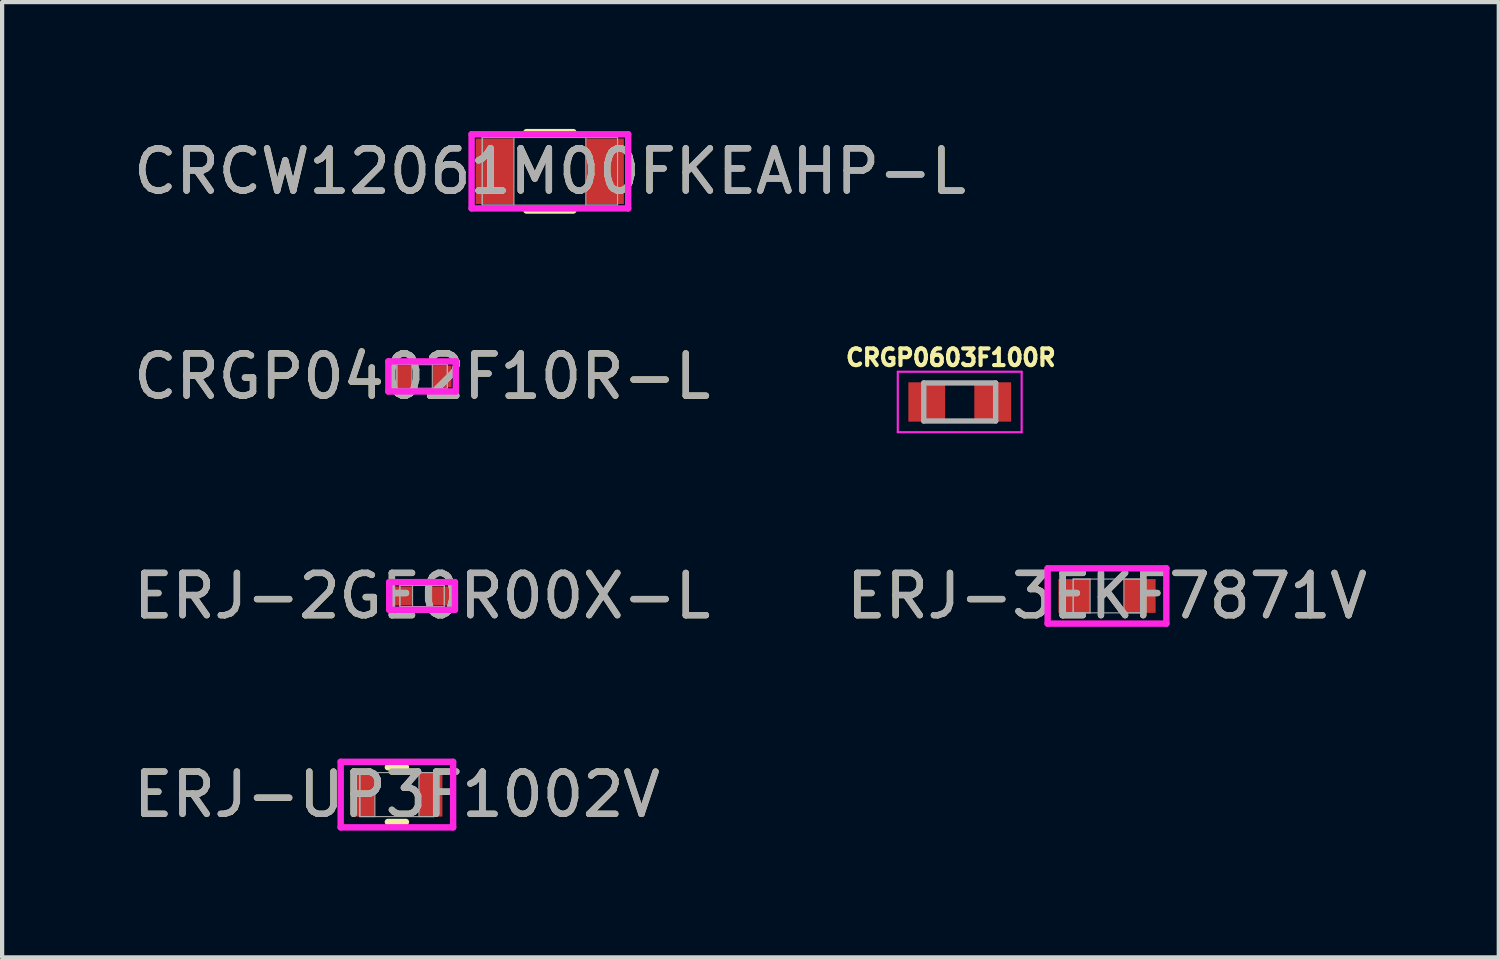
<source format=kicad_pcb>
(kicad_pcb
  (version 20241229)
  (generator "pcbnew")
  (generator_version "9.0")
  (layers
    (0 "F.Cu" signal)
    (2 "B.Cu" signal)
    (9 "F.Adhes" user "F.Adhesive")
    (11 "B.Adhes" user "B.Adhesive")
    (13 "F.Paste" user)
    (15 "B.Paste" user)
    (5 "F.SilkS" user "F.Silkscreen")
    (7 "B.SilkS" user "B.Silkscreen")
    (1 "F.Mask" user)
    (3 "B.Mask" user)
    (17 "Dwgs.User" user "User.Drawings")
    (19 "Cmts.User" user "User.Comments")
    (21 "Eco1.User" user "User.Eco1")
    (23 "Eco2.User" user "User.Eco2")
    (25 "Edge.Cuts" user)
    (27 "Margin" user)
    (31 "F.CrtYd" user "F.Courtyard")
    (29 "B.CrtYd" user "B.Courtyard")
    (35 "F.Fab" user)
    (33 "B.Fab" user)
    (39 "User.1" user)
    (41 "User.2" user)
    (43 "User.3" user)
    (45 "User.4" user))
  (footprint "ERJ-UP3F1002V"
    (layer "F.Cu")
    (at 6.339 15.747)
    (property "Reference" "ERJ-UP3F1002V" (at 0 0 0) (unlocked yes) (layer "F.SilkS") (effects (font (size 1 1) (thickness 0.15))))
    (attr smd)
    (fp_line (start -0.213 0.648) (end 0.213 0.648) (stroke (width 0.152) (type solid)) (layer "F.SilkS"))
    (fp_line (start 0.213 -0.648) (end -0.213 -0.648) (stroke (width 0.152) (type solid)) (layer "F.SilkS"))
    (fp_line (start -1.33 -0.775) (end 1.33 -0.775) (stroke (width 0.152) (type solid)) (layer "F.CrtYd"))
    (fp_line (start -1.33 0.775) (end -1.33 -0.775) (stroke (width 0.152) (type solid)) (layer "F.CrtYd"))
    (fp_line (start 1.33 -0.775) (end 1.33 0.775) (stroke (width 0.152) (type solid)) (layer "F.CrtYd"))
    (fp_line (start 1.33 0.775) (end -1.33 0.775) (stroke (width 0.152) (type solid)) (layer "F.CrtYd"))
    (fp_line (start -0.876 -0.521) (end -0.876 0.521) (stroke (width 0.025) (type solid)) (layer "F.Fab"))
    (fp_line (start -0.876 -0.521) (end -0.876 0.521) (stroke (width 0.025) (type solid)) (layer "F.Fab"))
    (fp_line (start -0.876 0.521) (end -0.521 0.521) (stroke (width 0.025) (type solid)) (layer "F.Fab"))
    (fp_line (start -0.876 0.521) (end 0.876 0.521) (stroke (width 0.025) (type solid)) (layer "F.Fab"))
    (fp_line (start -0.521 -0.521) (end -0.876 -0.521) (stroke (width 0.025) (type solid)) (layer "F.Fab"))
    (fp_line (start -0.521 0.521) (end -0.521 -0.521) (stroke (width 0.025) (type solid)) (layer "F.Fab"))
    (fp_line (start 0.521 -0.521) (end 0.521 0.521) (stroke (width 0.025) (type solid)) (layer "F.Fab"))
    (fp_line (start 0.521 0.521) (end 0.876 0.521) (stroke (width 0.025) (type solid)) (layer "F.Fab"))
    (fp_line (start 0.876 -0.521) (end -0.876 -0.521) (stroke (width 0.025) (type solid)) (layer "F.Fab"))
    (fp_line (start 0.876 -0.521) (end 0.521 -0.521) (stroke (width 0.025) (type solid)) (layer "F.Fab"))
    (fp_line (start 0.876 0.521) (end 0.876 -0.521) (stroke (width 0.025) (type solid)) (layer "F.Fab"))
    (fp_line (start 0.876 0.521) (end 0.876 -0.521) (stroke (width 0.025) (type solid)) (layer "F.Fab"))
    (fp_text user "${REFERENCE}" (at 0 0 0) (unlocked yes) (layer "F.Fab") (effects (font (size 1 1) (thickness 0.15))))
    (pad "1" smd rect (at -0.798 0) (size 0.556 1.041) (layers "F.Cu" "F.Mask" "F.Paste"))
    (pad "2" smd rect (at 0.798 0) (size 0.556 1.041) (layers "F.Cu" "F.Mask" "F.Paste"))
    (zone (net_name "") (layer "F.Cu") (hatch full 0.508) (connect_pads) (min_thickness 0.254) (filled_areas_thickness no) (keepout (tracks not_allowed) (vias not_allowed) (pads allowed) (copperpour not_allowed) (footprints allowed)) (placement (enabled no)) (fill) (polygon (pts (xy 5.869 15.277) (xy 6.809 15.277) (xy 6.809 16.217) (xy 5.869 16.217)))))
  (footprint "CRGP0603F100R"
    (layer "F.Cu")
    (at 19.653 6.459)
    (property "Reference" "CRGP0603F100R" (at -0.21 -1.05 0) (layer "F.SilkS") (effects (font (size 0.394 0.394) (thickness 0.15))))
    (attr smd)
    (fp_line (start -1.465 -0.715) (end 1.465 -0.715) (stroke (width 0.05) (type solid)) (layer "F.CrtYd"))
    (fp_line (start -1.465 0.715) (end -1.465 -0.715) (stroke (width 0.05) (type solid)) (layer "F.CrtYd"))
    (fp_line (start -1.465 0.715) (end 1.465 0.715) (stroke (width 0.05) (type solid)) (layer "F.CrtYd"))
    (fp_line (start 1.465 0.715) (end 1.465 -0.715) (stroke (width 0.05) (type solid)) (layer "F.CrtYd"))
    (fp_line (start -0.85 0.45) (end -0.85 -0.45) (stroke (width 0.127) (type solid)) (layer "F.Fab"))
    (fp_line (start 0.85 -0.45) (end -0.85 -0.45) (stroke (width 0.127) (type solid)) (layer "F.Fab"))
    (fp_line (start 0.85 0.45) (end -0.85 0.45) (stroke (width 0.127) (type solid)) (layer "F.Fab"))
    (fp_line (start 0.85 0.45) (end 0.85 -0.45) (stroke (width 0.127) (type solid)) (layer "F.Fab"))
    (pad "1" smd rect (at -0.78 0) (size 0.87 0.93) (layers "F.Cu" "F.Mask" "F.Paste"))
    (pad "2" smd rect (at 0.78 0) (size 0.87 0.93) (layers "F.Cu" "F.Mask" "F.Paste")))
  (footprint "CRCW12061M00FKEAHP-L"
    (layer "F.Cu")
    (at 9.958 1.003)
    (property "Reference" "CRCW12061M00FKEAHP-L" (at 0 0 0) (unlocked yes) (layer "F.SilkS") (effects (font (size 1 1) (thickness 0.15))))
    (attr smd)
    (fp_line (start -0.554 0.927) (end 0.554 0.927) (stroke (width 0.152) (type solid)) (layer "F.SilkS"))
    (fp_line (start 0.554 -0.927) (end -0.554 -0.927) (stroke (width 0.152) (type solid)) (layer "F.SilkS"))
    (fp_line (start -1.852 -0.877) (end 1.852 -0.877) (stroke (width 0.152) (type solid)) (layer "F.CrtYd"))
    (fp_line (start -1.852 0.877) (end -1.852 -0.877) (stroke (width 0.152) (type solid)) (layer "F.CrtYd"))
    (fp_line (start 1.852 -0.877) (end 1.852 0.877) (stroke (width 0.152) (type solid)) (layer "F.CrtYd"))
    (fp_line (start 1.852 0.877) (end -1.852 0.877) (stroke (width 0.152) (type solid)) (layer "F.CrtYd"))
    (fp_line (start -1.6 -0.8) (end -1.6 0.8) (stroke (width 0.025) (type solid)) (layer "F.Fab"))
    (fp_line (start -1.6 -0.8) (end -1.6 0.8) (stroke (width 0.025) (type solid)) (layer "F.Fab"))
    (fp_line (start -1.6 0.8) (end -0.85 0.8) (stroke (width 0.025) (type solid)) (layer "F.Fab"))
    (fp_line (start -1.6 0.8) (end 1.6 0.8) (stroke (width 0.025) (type solid)) (layer "F.Fab"))
    (fp_line (start -0.85 -0.8) (end -1.6 -0.8) (stroke (width 0.025) (type solid)) (layer "F.Fab"))
    (fp_line (start -0.85 0.8) (end -0.85 -0.8) (stroke (width 0.025) (type solid)) (layer "F.Fab"))
    (fp_line (start 0.85 -0.8) (end 0.85 0.8) (stroke (width 0.025) (type solid)) (layer "F.Fab"))
    (fp_line (start 0.85 0.8) (end 1.6 0.8) (stroke (width 0.025) (type solid)) (layer "F.Fab"))
    (fp_line (start 1.6 -0.8) (end -1.6 -0.8) (stroke (width 0.025) (type solid)) (layer "F.Fab"))
    (fp_line (start 1.6 -0.8) (end 0.85 -0.8) (stroke (width 0.025) (type solid)) (layer "F.Fab"))
    (fp_line (start 1.6 0.8) (end 1.6 -0.8) (stroke (width 0.025) (type solid)) (layer "F.Fab"))
    (fp_line (start 1.6 0.8) (end 1.6 -0.8) (stroke (width 0.025) (type solid)) (layer "F.Fab"))
    (fp_text user "${REFERENCE}" (at 0 0 0) (unlocked yes) (layer "F.Fab") (effects (font (size 1 1) (thickness 0.15))))
    (pad "1" smd rect (at -1.3 0) (size 0.9 1.55) (layers "F.Cu" "F.Mask" "F.Paste"))
    (pad "2" smd rect (at 1.3 0) (size 0.9 1.55) (layers "F.Cu" "F.Mask" "F.Paste"))
    (zone (net_name "") (layer "F.Cu") (hatch full 0.508) (connect_pads) (min_thickness 0.254) (filled_areas_thickness no) (keepout (tracks not_allowed) (vias not_allowed) (pads allowed) (copperpour not_allowed) (footprints allowed)) (placement (enabled no)) (fill) (polygon (pts (xy 9.159 0.254) (xy 10.758 0.254) (xy 10.758 1.752) (xy 9.159 1.752)))))
  (footprint "ERJ-2GE0R00X-L"
    (layer "F.Cu")
    (at 6.935 11.048)
    (property "Reference" "ERJ-2GE0R00X-L" (at 0 0 0) (unlocked yes) (layer "F.SilkS") (effects (font (size 1 1) (thickness 0.15))))
    (attr smd)
    (fp_line (start -0.777 -0.327) (end 0.777 -0.327) (stroke (width 0.152) (type solid)) (layer "F.CrtYd"))
    (fp_line (start -0.777 0.327) (end -0.777 -0.327) (stroke (width 0.152) (type solid)) (layer "F.CrtYd"))
    (fp_line (start 0.777 -0.327) (end 0.777 0.327) (stroke (width 0.152) (type solid)) (layer "F.CrtYd"))
    (fp_line (start 0.777 0.327) (end -0.777 0.327) (stroke (width 0.152) (type solid)) (layer "F.CrtYd"))
    (fp_line (start -0.525 -0.25) (end -0.525 0.25) (stroke (width 0.025) (type solid)) (layer "F.Fab"))
    (fp_line (start -0.525 -0.25) (end -0.525 0.25) (stroke (width 0.025) (type solid)) (layer "F.Fab"))
    (fp_line (start -0.525 0.25) (end -0.225 0.25) (stroke (width 0.025) (type solid)) (layer "F.Fab"))
    (fp_line (start -0.525 0.25) (end 0.525 0.25) (stroke (width 0.025) (type solid)) (layer "F.Fab"))
    (fp_line (start -0.225 -0.25) (end -0.525 -0.25) (stroke (width 0.025) (type solid)) (layer "F.Fab"))
    (fp_line (start -0.225 0.25) (end -0.225 -0.25) (stroke (width 0.025) (type solid)) (layer "F.Fab"))
    (fp_line (start 0.225 -0.25) (end 0.225 0.25) (stroke (width 0.025) (type solid)) (layer "F.Fab"))
    (fp_line (start 0.225 0.25) (end 0.525 0.25) (stroke (width 0.025) (type solid)) (layer "F.Fab"))
    (fp_line (start 0.525 -0.25) (end -0.525 -0.25) (stroke (width 0.025) (type solid)) (layer "F.Fab"))
    (fp_line (start 0.525 -0.25) (end 0.225 -0.25) (stroke (width 0.025) (type solid)) (layer "F.Fab"))
    (fp_line (start 0.525 0.25) (end 0.525 -0.25) (stroke (width 0.025) (type solid)) (layer "F.Fab"))
    (fp_line (start 0.525 0.25) (end 0.525 -0.25) (stroke (width 0.025) (type solid)) (layer "F.Fab"))
    (fp_text user "${REFERENCE}" (at 0 0 0) (unlocked yes) (layer "F.Fab") (effects (font (size 1 1) (thickness 0.15))))
    (pad "1" smd rect (at -0.45 0) (size 0.45 0.45) (layers "F.Cu" "F.Mask" "F.Paste"))
    (pad "2" smd rect (at 0.45 0) (size 0.45 0.45) (layers "F.Cu" "F.Mask" "F.Paste"))
    (zone (net_name "") (layer "F.Cu") (hatch full 0.508) (connect_pads) (min_thickness 0.254) (filled_areas_thickness no) (keepout (tracks not_allowed) (vias not_allowed) (pads allowed) (copperpour not_allowed) (footprints allowed)) (placement (enabled no)) (fill) (polygon (pts (xy 6.76 10.848) (xy 7.109 10.848) (xy 7.109 11.247) (xy 6.76 11.247)))))
  (footprint "CRGP0402F10R-L"
    (layer "F.Cu")
    (at 6.935 5.855)
    (property "Reference" "CRGP0402F10R-L" (at 0 0 0) (unlocked yes) (layer "F.SilkS") (effects (font (size 1 1) (thickness 0.15))))
    (attr smd)
    (fp_line (start -0.798 -0.356) (end 0.798 -0.356) (stroke (width 0.152) (type solid)) (layer "F.CrtYd"))
    (fp_line (start -0.798 0.356) (end -0.798 -0.356) (stroke (width 0.152) (type solid)) (layer "F.CrtYd"))
    (fp_line (start 0.798 -0.356) (end 0.798 0.356) (stroke (width 0.152) (type solid)) (layer "F.CrtYd"))
    (fp_line (start 0.798 0.356) (end -0.798 0.356) (stroke (width 0.152) (type solid)) (layer "F.CrtYd"))
    (fp_line (start -0.597 -0.279) (end -0.597 0.279) (stroke (width 0.025) (type solid)) (layer "F.Fab"))
    (fp_line (start -0.597 -0.279) (end -0.597 0.279) (stroke (width 0.025) (type solid)) (layer "F.Fab"))
    (fp_line (start -0.597 0.279) (end -0.241 0.279) (stroke (width 0.025) (type solid)) (layer "F.Fab"))
    (fp_line (start -0.597 0.279) (end 0.597 0.279) (stroke (width 0.025) (type solid)) (layer "F.Fab"))
    (fp_line (start -0.241 -0.279) (end -0.597 -0.279) (stroke (width 0.025) (type solid)) (layer "F.Fab"))
    (fp_line (start -0.241 0.279) (end -0.241 -0.279) (stroke (width 0.025) (type solid)) (layer "F.Fab"))
    (fp_line (start 0.241 -0.279) (end 0.241 0.279) (stroke (width 0.025) (type solid)) (layer "F.Fab"))
    (fp_line (start 0.241 0.279) (end 0.597 0.279) (stroke (width 0.025) (type solid)) (layer "F.Fab"))
    (fp_line (start 0.597 -0.279) (end -0.597 -0.279) (stroke (width 0.025) (type solid)) (layer "F.Fab"))
    (fp_line (start 0.597 -0.279) (end 0.241 -0.279) (stroke (width 0.025) (type solid)) (layer "F.Fab"))
    (fp_line (start 0.597 0.279) (end 0.597 -0.279) (stroke (width 0.025) (type solid)) (layer "F.Fab"))
    (fp_line (start 0.597 0.279) (end 0.597 -0.279) (stroke (width 0.025) (type solid)) (layer "F.Fab"))
    (fp_text user "${REFERENCE}" (at 0 0 0) (unlocked yes) (layer "F.Fab") (effects (font (size 1 1) (thickness 0.15))))
    (pad "1" smd rect (at -0.469 0) (size 0.456 0.509) (layers "F.Cu" "F.Mask" "F.Paste"))
    (pad "2" smd rect (at 0.469 0) (size 0.456 0.509) (layers "F.Cu" "F.Mask" "F.Paste"))
    (zone (net_name "") (layer "F.Cu") (hatch full 0.508) (connect_pads) (min_thickness 0.254) (filled_areas_thickness no) (keepout (tracks not_allowed) (vias not_allowed) (pads allowed) (copperpour not_allowed) (footprints allowed)) (placement (enabled no)) (fill) (polygon (pts (xy 6.744 5.626) (xy 7.125 5.626) (xy 7.125 6.083) (xy 6.744 6.083)))))
  (footprint "ERJ-3EKF7871V"
    (layer "F.Cu")
    (at 23.137 11.048)
    (property "Reference" "ERJ-3EKF7871V" (at 0 0 0) (unlocked yes) (layer "F.SilkS") (effects (font (size 1 1) (thickness 0.15))))
    (attr smd)
    (fp_line (start -1.404 -0.654) (end 1.404 -0.654) (stroke (width 0.152) (type solid)) (layer "F.CrtYd"))
    (fp_line (start -1.404 0.654) (end -1.404 -0.654) (stroke (width 0.152) (type solid)) (layer "F.CrtYd"))
    (fp_line (start 1.404 -0.654) (end 1.404 0.654) (stroke (width 0.152) (type solid)) (layer "F.CrtYd"))
    (fp_line (start 1.404 0.654) (end -1.404 0.654) (stroke (width 0.152) (type solid)) (layer "F.CrtYd"))
    (fp_line (start -0.8 -0.4) (end -0.8 0.4) (stroke (width 0.025) (type solid)) (layer "F.Fab"))
    (fp_line (start -0.8 -0.4) (end -0.8 0.4) (stroke (width 0.025) (type solid)) (layer "F.Fab"))
    (fp_line (start -0.8 0.4) (end -0.4 0.4) (stroke (width 0.025) (type solid)) (layer "F.Fab"))
    (fp_line (start -0.8 0.4) (end 0.8 0.4) (stroke (width 0.025) (type solid)) (layer "F.Fab"))
    (fp_line (start -0.4 -0.4) (end -0.8 -0.4) (stroke (width 0.025) (type solid)) (layer "F.Fab"))
    (fp_line (start -0.4 0.4) (end -0.4 -0.4) (stroke (width 0.025) (type solid)) (layer "F.Fab"))
    (fp_line (start 0.4 -0.4) (end 0.4 0.4) (stroke (width 0.025) (type solid)) (layer "F.Fab"))
    (fp_line (start 0.4 0.4) (end 0.8 0.4) (stroke (width 0.025) (type solid)) (layer "F.Fab"))
    (fp_line (start 0.8 -0.4) (end -0.8 -0.4) (stroke (width 0.025) (type solid)) (layer "F.Fab"))
    (fp_line (start 0.8 -0.4) (end 0.4 -0.4) (stroke (width 0.025) (type solid)) (layer "F.Fab"))
    (fp_line (start 0.8 0.4) (end 0.8 -0.4) (stroke (width 0.025) (type solid)) (layer "F.Fab"))
    (fp_line (start 0.8 0.4) (end 0.8 -0.4) (stroke (width 0.025) (type solid)) (layer "F.Fab"))
    (fp_text user "${REFERENCE}" (at 0 0 0) (unlocked yes) (layer "F.Fab") (effects (font (size 1 1) (thickness 0.15))))
    (pad "1" smd rect (at -0.775 0) (size 0.75 0.8) (layers "F.Cu" "F.Mask" "F.Paste"))
    (pad "2" smd rect (at 0.775 0) (size 0.75 0.8) (layers "F.Cu" "F.Mask" "F.Paste"))
    (zone (net_name "") (layer "F.Cu") (hatch full 0.508) (connect_pads) (min_thickness 0.254) (filled_areas_thickness no) (keepout (tracks not_allowed) (vias not_allowed) (pads allowed) (copperpour not_allowed) (footprints allowed)) (placement (enabled no)) (fill) (polygon (pts (xy 22.788 10.698) (xy 23.486 10.698) (xy 23.486 11.397) (xy 22.788 11.397)))))
  (gr_rect
    (start -3 -3)
    (end 32.405 19.598)
    (stroke (width 0.1) (type default))
    (fill no)
    (layer "Edge.Cuts")))
</source>
